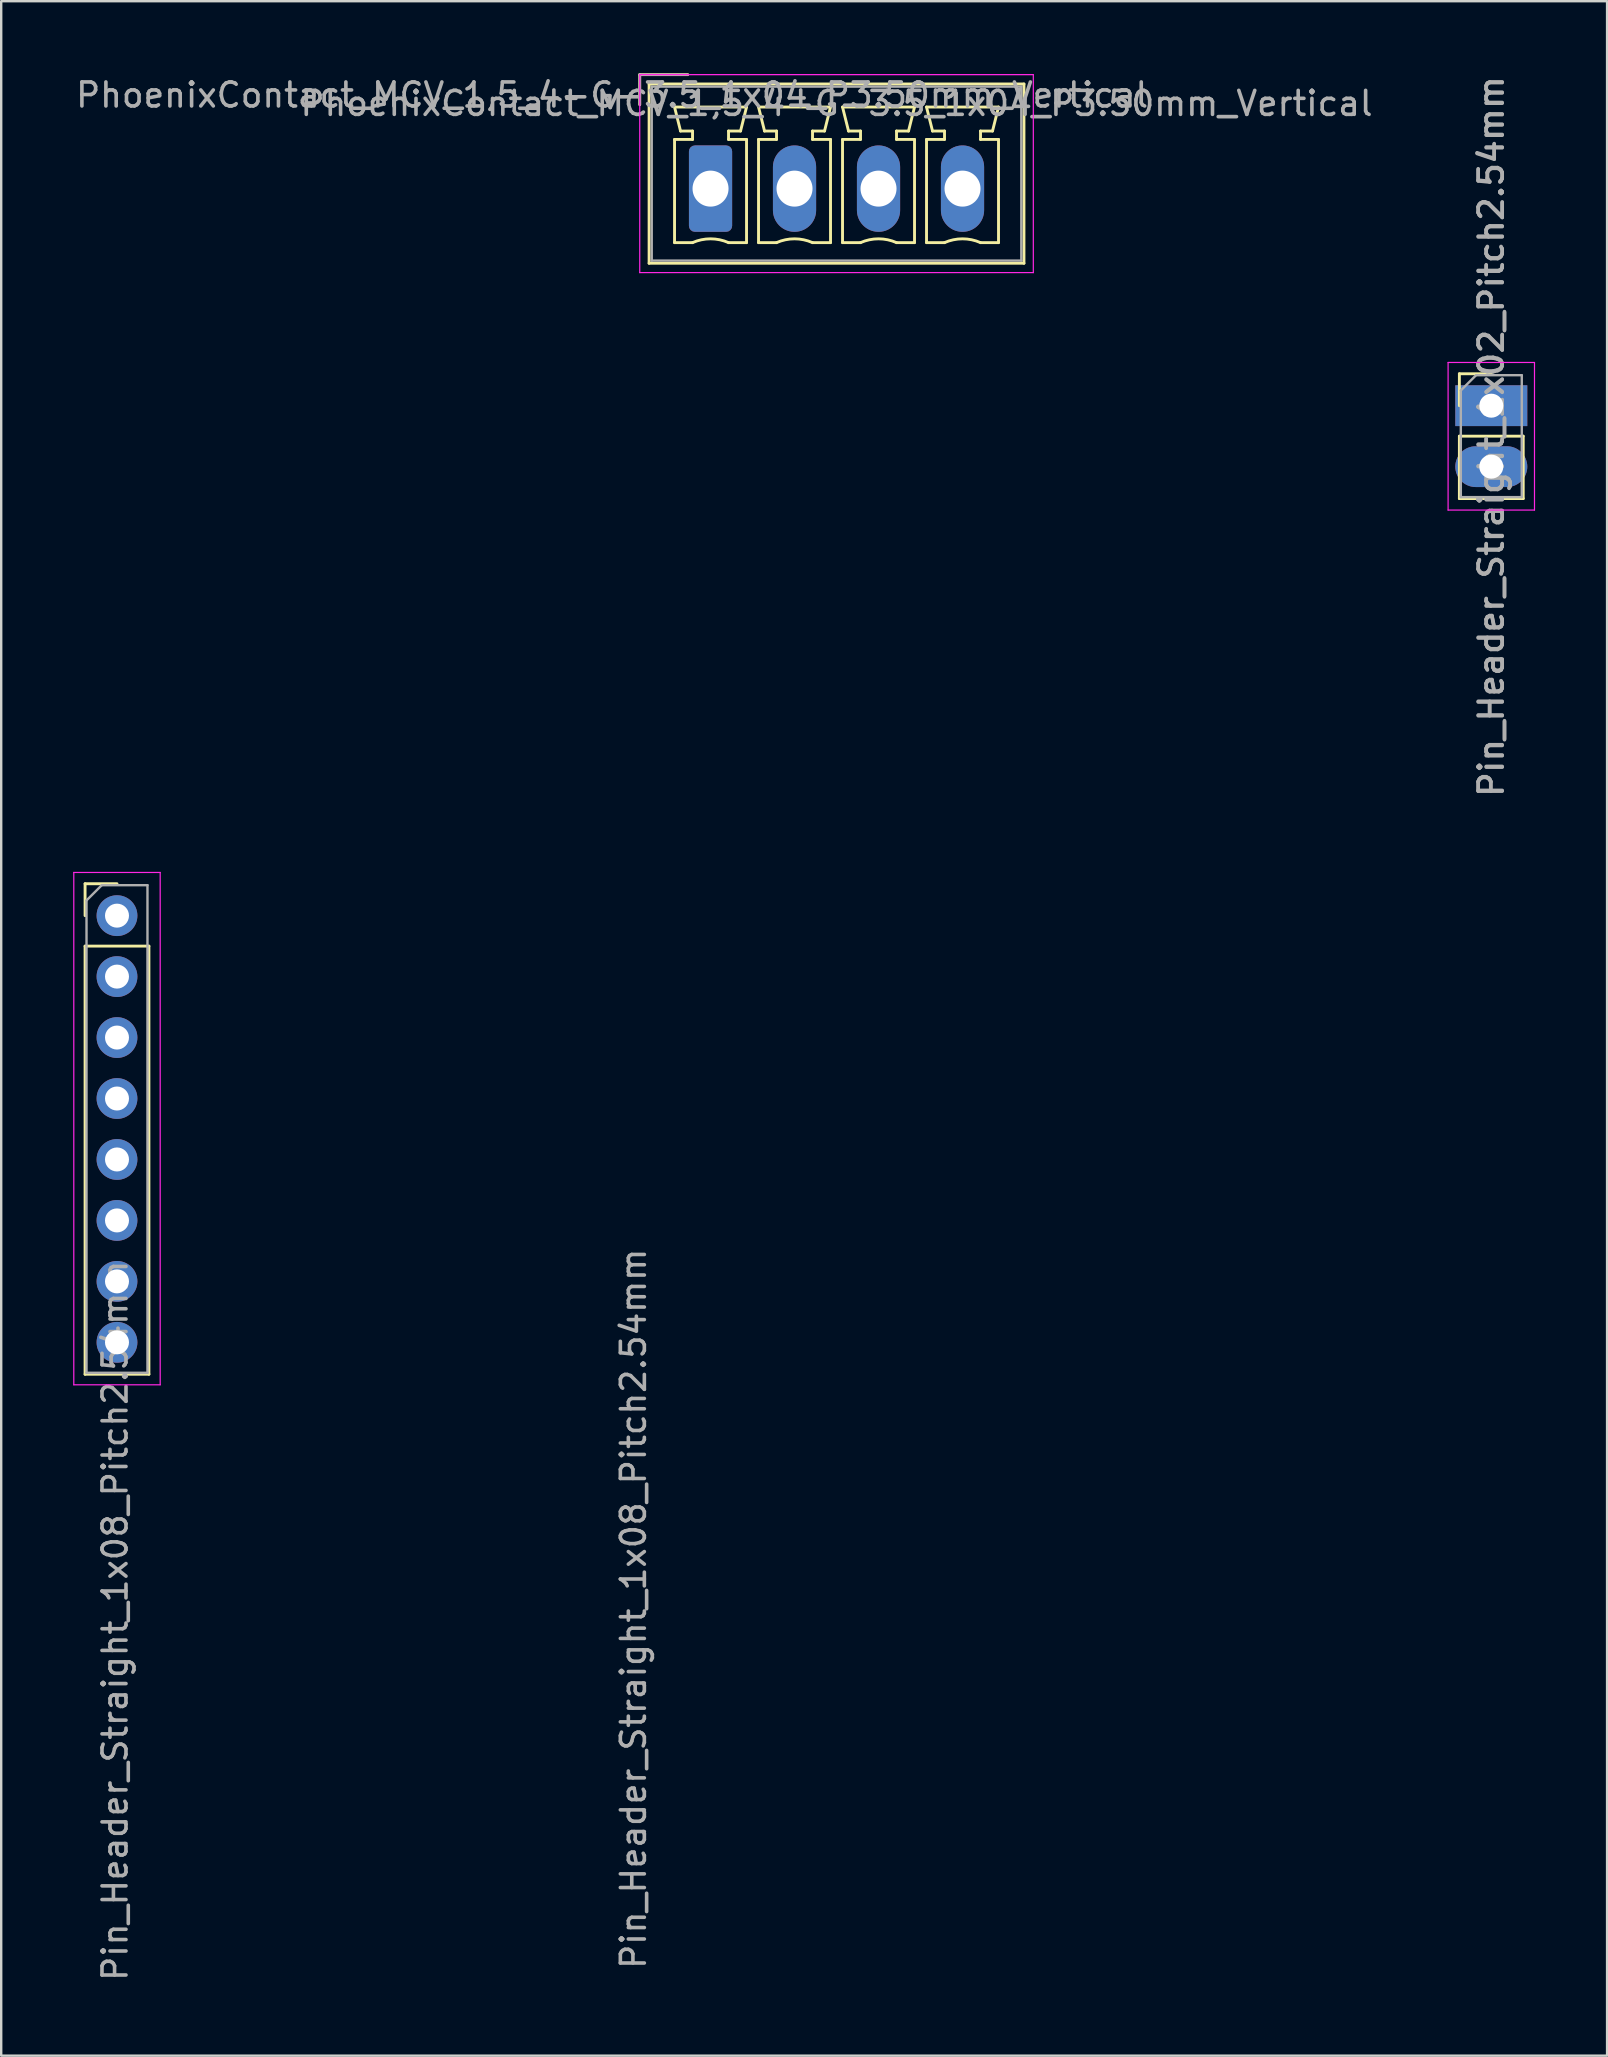
<source format=kicad_pcb>
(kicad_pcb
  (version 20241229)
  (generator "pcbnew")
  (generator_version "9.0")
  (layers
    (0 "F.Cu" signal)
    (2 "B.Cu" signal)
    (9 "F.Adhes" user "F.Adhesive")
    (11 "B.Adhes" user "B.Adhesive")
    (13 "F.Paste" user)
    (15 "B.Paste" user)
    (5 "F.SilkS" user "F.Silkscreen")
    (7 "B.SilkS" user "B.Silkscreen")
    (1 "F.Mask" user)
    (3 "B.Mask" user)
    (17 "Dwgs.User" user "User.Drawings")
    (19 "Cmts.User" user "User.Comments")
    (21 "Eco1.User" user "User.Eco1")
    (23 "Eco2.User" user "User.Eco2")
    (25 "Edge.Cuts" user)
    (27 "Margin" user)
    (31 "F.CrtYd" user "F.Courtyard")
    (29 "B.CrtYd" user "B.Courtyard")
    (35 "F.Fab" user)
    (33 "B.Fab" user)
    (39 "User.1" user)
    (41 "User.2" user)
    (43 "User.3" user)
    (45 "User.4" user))
  (footprint "Pin_Header_Straight_1x02_Pitch2.54mm"
    (layer "F.Cu")
    (at 59.092 13.855)
    (property "Reference" "Pin_Header_Straight_1x02_Pitch2.54mm" (at 0 1.3 90) (layer "F.Fab") (effects (font (size 1 1) (thickness 0.15))))
    (attr through_hole)
    (fp_line (start -1.33 -1.33) (end 0 -1.33) (stroke (width 0.12) (type solid)) (layer "F.SilkS"))
    (fp_line (start -1.33 0) (end -1.33 -1.33) (stroke (width 0.12) (type solid)) (layer "F.SilkS"))
    (fp_line (start -1.33 1.27) (end -1.33 3.87) (stroke (width 0.12) (type solid)) (layer "F.SilkS"))
    (fp_line (start -1.33 1.27) (end 1.33 1.27) (stroke (width 0.12) (type solid)) (layer "F.SilkS"))
    (fp_line (start -1.33 3.87) (end 1.33 3.87) (stroke (width 0.12) (type solid)) (layer "F.SilkS"))
    (fp_line (start 1.33 1.27) (end 1.33 3.87) (stroke (width 0.12) (type solid)) (layer "F.SilkS"))
    (fp_line (start -1.8 -1.8) (end -1.8 4.35) (stroke (width 0.05) (type solid)) (layer "F.CrtYd"))
    (fp_line (start -1.8 4.35) (end 1.8 4.35) (stroke (width 0.05) (type solid)) (layer "F.CrtYd"))
    (fp_line (start 1.8 -1.8) (end -1.8 -1.8) (stroke (width 0.05) (type solid)) (layer "F.CrtYd"))
    (fp_line (start 1.8 4.35) (end 1.8 -1.8) (stroke (width 0.05) (type solid)) (layer "F.CrtYd"))
    (fp_line (start -1.27 -0.635) (end -0.635 -1.27) (stroke (width 0.1) (type solid)) (layer "F.Fab"))
    (fp_line (start -1.27 3.81) (end -1.27 -0.635) (stroke (width 0.1) (type solid)) (layer "F.Fab"))
    (fp_line (start -0.635 -1.27) (end 1.27 -1.27) (stroke (width 0.1) (type solid)) (layer "F.Fab"))
    (fp_line (start 1.27 -1.27) (end 1.27 3.81) (stroke (width 0.1) (type solid)) (layer "F.Fab"))
    (fp_line (start 1.27 3.81) (end -1.27 3.81) (stroke (width 0.1) (type solid)) (layer "F.Fab"))
    (fp_text user "${REFERENCE}" (at 0 1.27 90) (layer "F.Fab") (effects (font (size 1 1) (thickness 0.15))))
    (pad "1" thru_hole rect (at 0 0) (size 3 1.7) (drill 1) (layers "*.Cu" "*.Mask"))
    (pad "2" thru_hole oval (at 0 2.54) (size 3 1.7) (drill 1) (layers "*.Cu" "*.Mask")))
  (footprint "Pin_Header_Straight_1x08_Pitch2.54mm"
    (layer "F.Cu")
    (at 1.825 35.105)
    (property "Reference" "Pin_Header_Straight_1x08_Pitch2.54mm" (at -0.08 29.38 90) (layer "F.Fab") (effects (font (size 1 1) (thickness 0.15))))
    (attr through_hole)
    (fp_line (start -1.33 -1.33) (end 0 -1.33) (stroke (width 0.12) (type solid)) (layer "F.SilkS"))
    (fp_line (start -1.33 0) (end -1.33 -1.33) (stroke (width 0.12) (type solid)) (layer "F.SilkS"))
    (fp_line (start -1.33 1.27) (end -1.33 19.11) (stroke (width 0.12) (type solid)) (layer "F.SilkS"))
    (fp_line (start -1.33 1.27) (end 1.33 1.27) (stroke (width 0.12) (type solid)) (layer "F.SilkS"))
    (fp_line (start -1.33 19.11) (end 1.33 19.11) (stroke (width 0.12) (type solid)) (layer "F.SilkS"))
    (fp_line (start 1.33 1.27) (end 1.33 19.11) (stroke (width 0.12) (type solid)) (layer "F.SilkS"))
    (fp_line (start -1.8 -1.8) (end -1.8 19.55) (stroke (width 0.05) (type solid)) (layer "F.CrtYd"))
    (fp_line (start -1.8 19.55) (end 1.8 19.55) (stroke (width 0.05) (type solid)) (layer "F.CrtYd"))
    (fp_line (start 1.8 -1.8) (end -1.8 -1.8) (stroke (width 0.05) (type solid)) (layer "F.CrtYd"))
    (fp_line (start 1.8 19.55) (end 1.8 -1.8) (stroke (width 0.05) (type solid)) (layer "F.CrtYd"))
    (fp_line (start -1.27 -0.635) (end -0.635 -1.27) (stroke (width 0.1) (type solid)) (layer "F.Fab"))
    (fp_line (start -1.27 19.05) (end -1.27 -0.635) (stroke (width 0.1) (type solid)) (layer "F.Fab"))
    (fp_line (start -0.635 -1.27) (end 1.27 -1.27) (stroke (width 0.1) (type solid)) (layer "F.Fab"))
    (fp_line (start 1.27 -1.27) (end 1.27 19.05) (stroke (width 0.1) (type solid)) (layer "F.Fab"))
    (fp_line (start 1.27 19.05) (end -1.27 19.05) (stroke (width 0.1) (type solid)) (layer "F.Fab"))
    (fp_text user "${REFERENCE}" (at 21.52 28.88 90) (layer "F.Fab") (effects (font (size 1 1) (thickness 0.15))))
    (pad "1" thru_hole oval (at 0 0) (size 1.7 1.7) (drill 1) (layers "*.Cu" "*.Mask"))
    (pad "2" thru_hole oval (at 0 2.54) (size 1.7 1.7) (drill 1) (layers "*.Cu" "*.Mask"))
    (pad "3" thru_hole oval (at 0 5.08) (size 1.7 1.7) (drill 1) (layers "*.Cu" "*.Mask"))
    (pad "4" thru_hole oval (at 0 7.62) (size 1.7 1.7) (drill 1) (layers "*.Cu" "*.Mask"))
    (pad "5" thru_hole oval (at 0 10.16) (size 1.7 1.7) (drill 1) (layers "*.Cu" "*.Mask"))
    (pad "6" thru_hole oval (at 0 12.7) (size 1.7 1.7) (drill 1) (layers "*.Cu" "*.Mask"))
    (pad "7" thru_hole oval (at 0 15.24) (size 1.7 1.7) (drill 1) (layers "*.Cu" "*.Mask"))
    (pad "8" thru_hole oval (at 0 17.78) (size 1.7 1.7) (drill 1) (layers "*.Cu" "*.Mask")))
  (footprint "PhoenixContact_MCV_1,5_4-G-3.5_1x04_P3.50mm_Vertical"
    (layer "F.Cu")
    (at 26.558 4.81)
    (property "Reference" "PhoenixContact_MCV_1,5_4-G-3.5_1x04_P3.50mm_Vertical" (at -4.1 -3.9 0) (layer "F.Fab") (effects (font (size 1 1) (thickness 0.15))))
    (attr through_hole)
    (fp_line (start -2.95 -4.75) (end -0.95 -4.75) (stroke (width 0.12) (type solid)) (layer "F.SilkS"))
    (fp_line (start -2.95 -3.5) (end -2.95 -4.75) (stroke (width 0.12) (type solid)) (layer "F.SilkS"))
    (fp_line (start -2.56 -4.36) (end -2.56 3.11) (stroke (width 0.12) (type solid)) (layer "F.SilkS"))
    (fp_line (start -2.56 3.11) (end 13.06 3.11) (stroke (width 0.12) (type solid)) (layer "F.SilkS"))
    (fp_line (start -1.5 -3.4) (end 1.5 -3.4) (stroke (width 0.12) (type solid)) (layer "F.SilkS"))
    (fp_line (start -1.5 -2.05) (end -0.75 -2.05) (stroke (width 0.12) (type solid)) (layer "F.SilkS"))
    (fp_line (start -1.5 2.25) (end -1.5 -2.05) (stroke (width 0.12) (type solid)) (layer "F.SilkS"))
    (fp_line (start -1.25 -2.4) (end -1.5 -3.4) (stroke (width 0.12) (type solid)) (layer "F.SilkS"))
    (fp_line (start -0.75 -2.4) (end -1.25 -2.4) (stroke (width 0.12) (type solid)) (layer "F.SilkS"))
    (fp_line (start -0.75 -2.05) (end -0.75 -2.4) (stroke (width 0.12) (type solid)) (layer "F.SilkS"))
    (fp_line (start -0.75 2.25) (end -1.5 2.25) (stroke (width 0.12) (type solid)) (layer "F.SilkS"))
    (fp_line (start 0.75 -2.4) (end 0.75 -2.05) (stroke (width 0.12) (type solid)) (layer "F.SilkS"))
    (fp_line (start 0.75 -2.05) (end 1.5 -2.05) (stroke (width 0.12) (type solid)) (layer "F.SilkS"))
    (fp_line (start 1.25 -2.4) (end 0.75 -2.4) (stroke (width 0.12) (type solid)) (layer "F.SilkS"))
    (fp_line (start 1.5 -3.4) (end 1.25 -2.4) (stroke (width 0.12) (type solid)) (layer "F.SilkS"))
    (fp_line (start 1.5 -2.05) (end 1.5 2.25) (stroke (width 0.12) (type solid)) (layer "F.SilkS"))
    (fp_line (start 1.5 2.25) (end 0.75 2.25) (stroke (width 0.12) (type solid)) (layer "F.SilkS"))
    (fp_line (start 2 -3.4) (end 5 -3.4) (stroke (width 0.12) (type solid)) (layer "F.SilkS"))
    (fp_line (start 2 -2.05) (end 2.75 -2.05) (stroke (width 0.12) (type solid)) (layer "F.SilkS"))
    (fp_line (start 2 2.25) (end 2 -2.05) (stroke (width 0.12) (type solid)) (layer "F.SilkS"))
    (fp_line (start 2.25 -2.4) (end 2 -3.4) (stroke (width 0.12) (type solid)) (layer "F.SilkS"))
    (fp_line (start 2.75 -2.4) (end 2.25 -2.4) (stroke (width 0.12) (type solid)) (layer "F.SilkS"))
    (fp_line (start 2.75 -2.05) (end 2.75 -2.4) (stroke (width 0.12) (type solid)) (layer "F.SilkS"))
    (fp_line (start 2.75 2.25) (end 2 2.25) (stroke (width 0.12) (type solid)) (layer "F.SilkS"))
    (fp_line (start 4.25 -2.4) (end 4.25 -2.05) (stroke (width 0.12) (type solid)) (layer "F.SilkS"))
    (fp_line (start 4.25 -2.05) (end 5 -2.05) (stroke (width 0.12) (type solid)) (layer "F.SilkS"))
    (fp_line (start 4.75 -2.4) (end 4.25 -2.4) (stroke (width 0.12) (type solid)) (layer "F.SilkS"))
    (fp_line (start 5 -3.4) (end 4.75 -2.4) (stroke (width 0.12) (type solid)) (layer "F.SilkS"))
    (fp_line (start 5 -2.05) (end 5 2.25) (stroke (width 0.12) (type solid)) (layer "F.SilkS"))
    (fp_line (start 5 2.25) (end 4.25 2.25) (stroke (width 0.12) (type solid)) (layer "F.SilkS"))
    (fp_line (start 5.5 -3.4) (end 8.5 -3.4) (stroke (width 0.12) (type solid)) (layer "F.SilkS"))
    (fp_line (start 5.5 -2.05) (end 6.25 -2.05) (stroke (width 0.12) (type solid)) (layer "F.SilkS"))
    (fp_line (start 5.5 2.25) (end 5.5 -2.05) (stroke (width 0.12) (type solid)) (layer "F.SilkS"))
    (fp_line (start 5.75 -2.4) (end 5.5 -3.4) (stroke (width 0.12) (type solid)) (layer "F.SilkS"))
    (fp_line (start 6.25 -2.4) (end 5.75 -2.4) (stroke (width 0.12) (type solid)) (layer "F.SilkS"))
    (fp_line (start 6.25 -2.05) (end 6.25 -2.4) (stroke (width 0.12) (type solid)) (layer "F.SilkS"))
    (fp_line (start 6.25 2.25) (end 5.5 2.25) (stroke (width 0.12) (type solid)) (layer "F.SilkS"))
    (fp_line (start 7.75 -2.4) (end 7.75 -2.05) (stroke (width 0.12) (type solid)) (layer "F.SilkS"))
    (fp_line (start 7.75 -2.05) (end 8.5 -2.05) (stroke (width 0.12) (type solid)) (layer "F.SilkS"))
    (fp_line (start 8.25 -2.4) (end 7.75 -2.4) (stroke (width 0.12) (type solid)) (layer "F.SilkS"))
    (fp_line (start 8.5 -3.4) (end 8.25 -2.4) (stroke (width 0.12) (type solid)) (layer "F.SilkS"))
    (fp_line (start 8.5 -2.05) (end 8.5 2.25) (stroke (width 0.12) (type solid)) (layer "F.SilkS"))
    (fp_line (start 8.5 2.25) (end 7.75 2.25) (stroke (width 0.12) (type solid)) (layer "F.SilkS"))
    (fp_line (start 9 -3.4) (end 12 -3.4) (stroke (width 0.12) (type solid)) (layer "F.SilkS"))
    (fp_line (start 9 -2.05) (end 9.75 -2.05) (stroke (width 0.12) (type solid)) (layer "F.SilkS"))
    (fp_line (start 9 2.25) (end 9 -2.05) (stroke (width 0.12) (type solid)) (layer "F.SilkS"))
    (fp_line (start 9.25 -2.4) (end 9 -3.4) (stroke (width 0.12) (type solid)) (layer "F.SilkS"))
    (fp_line (start 9.75 -2.4) (end 9.25 -2.4) (stroke (width 0.12) (type solid)) (layer "F.SilkS"))
    (fp_line (start 9.75 -2.05) (end 9.75 -2.4) (stroke (width 0.12) (type solid)) (layer "F.SilkS"))
    (fp_line (start 9.75 2.25) (end 9 2.25) (stroke (width 0.12) (type solid)) (layer "F.SilkS"))
    (fp_line (start 11.25 -2.4) (end 11.25 -2.05) (stroke (width 0.12) (type solid)) (layer "F.SilkS"))
    (fp_line (start 11.25 -2.05) (end 12 -2.05) (stroke (width 0.12) (type solid)) (layer "F.SilkS"))
    (fp_line (start 11.75 -2.4) (end 11.25 -2.4) (stroke (width 0.12) (type solid)) (layer "F.SilkS"))
    (fp_line (start 12 -3.4) (end 11.75 -2.4) (stroke (width 0.12) (type solid)) (layer "F.SilkS"))
    (fp_line (start 12 -2.05) (end 12 2.25) (stroke (width 0.12) (type solid)) (layer "F.SilkS"))
    (fp_line (start 12 2.25) (end 11.25 2.25) (stroke (width 0.12) (type solid)) (layer "F.SilkS"))
    (fp_line (start 13.06 -4.36) (end -2.56 -4.36) (stroke (width 0.12) (type solid)) (layer "F.SilkS"))
    (fp_line (start 13.06 3.11) (end 13.06 -4.36) (stroke (width 0.12) (type solid)) (layer "F.SilkS"))
    (fp_arc (start -0.75 2.25) (mid -0.000193 2.09191) (end 0.749647 2.249844) (stroke (width 0.12) (type solid)) (layer "F.SilkS"))
    (fp_arc (start 2.75 2.25) (mid 3.499807 2.09191) (end 4.249647 2.249844) (stroke (width 0.12) (type solid)) (layer "F.SilkS"))
    (fp_arc (start 6.25 2.25) (mid 6.999807 2.09191) (end 7.749647 2.249844) (stroke (width 0.12) (type solid)) (layer "F.SilkS"))
    (fp_arc (start 9.75 2.25) (mid 10.499807 2.09191) (end 11.249647 2.249844) (stroke (width 0.12) (type solid)) (layer "F.SilkS"))
    (fp_line (start -2.95 -4.75) (end -2.95 3.5) (stroke (width 0.05) (type solid)) (layer "F.CrtYd"))
    (fp_line (start -2.95 3.5) (end 13.45 3.5) (stroke (width 0.05) (type solid)) (layer "F.CrtYd"))
    (fp_line (start 13.45 -4.75) (end -2.95 -4.75) (stroke (width 0.05) (type solid)) (layer "F.CrtYd"))
    (fp_line (start 13.45 3.5) (end 13.45 -4.75) (stroke (width 0.05) (type solid)) (layer "F.CrtYd"))
    (fp_line (start -2.95 -4.75) (end -0.95 -4.75) (stroke (width 0.1) (type solid)) (layer "F.Fab"))
    (fp_line (start -2.95 -3.5) (end -2.95 -4.75) (stroke (width 0.1) (type solid)) (layer "F.Fab"))
    (fp_line (start -2.45 -4.25) (end -2.45 3) (stroke (width 0.1) (type solid)) (layer "F.Fab"))
    (fp_line (start -2.45 3) (end 12.95 3) (stroke (width 0.1) (type solid)) (layer "F.Fab"))
    (fp_line (start 12.95 -4.25) (end -2.45 -4.25) (stroke (width 0.1) (type solid)) (layer "F.Fab"))
    (fp_line (start 12.95 3) (end 12.95 -4.25) (stroke (width 0.1) (type solid)) (layer "F.Fab"))
    (fp_text user "${REFERENCE}" (at 5.25 -3.55 0) (layer "F.Fab") (effects (font (size 1 1) (thickness 0.15))))
    (pad "1" thru_hole roundrect (at 0 0) (size 1.8 3.6) (drill 1.5) (layers "*.Cu" "*.Mask") (roundrect_rratio 0.139))
    (pad "2" thru_hole oval (at 3.5 0) (size 1.8 3.6) (drill 1.5) (layers "*.Cu" "*.Mask"))
    (pad "3" thru_hole oval (at 7 0) (size 1.8 3.6) (drill 1.5) (layers "*.Cu" "*.Mask"))
    (pad "4" thru_hole oval (at 10.5 0) (size 1.8 3.6) (drill 1.5) (layers "*.Cu" "*.Mask")))
  (gr_rect
    (start -3 -3)
    (end 63.917 82.61)
    (stroke (width 0.1) (type default))
    (fill no)
    (layer "Edge.Cuts")))
</source>
